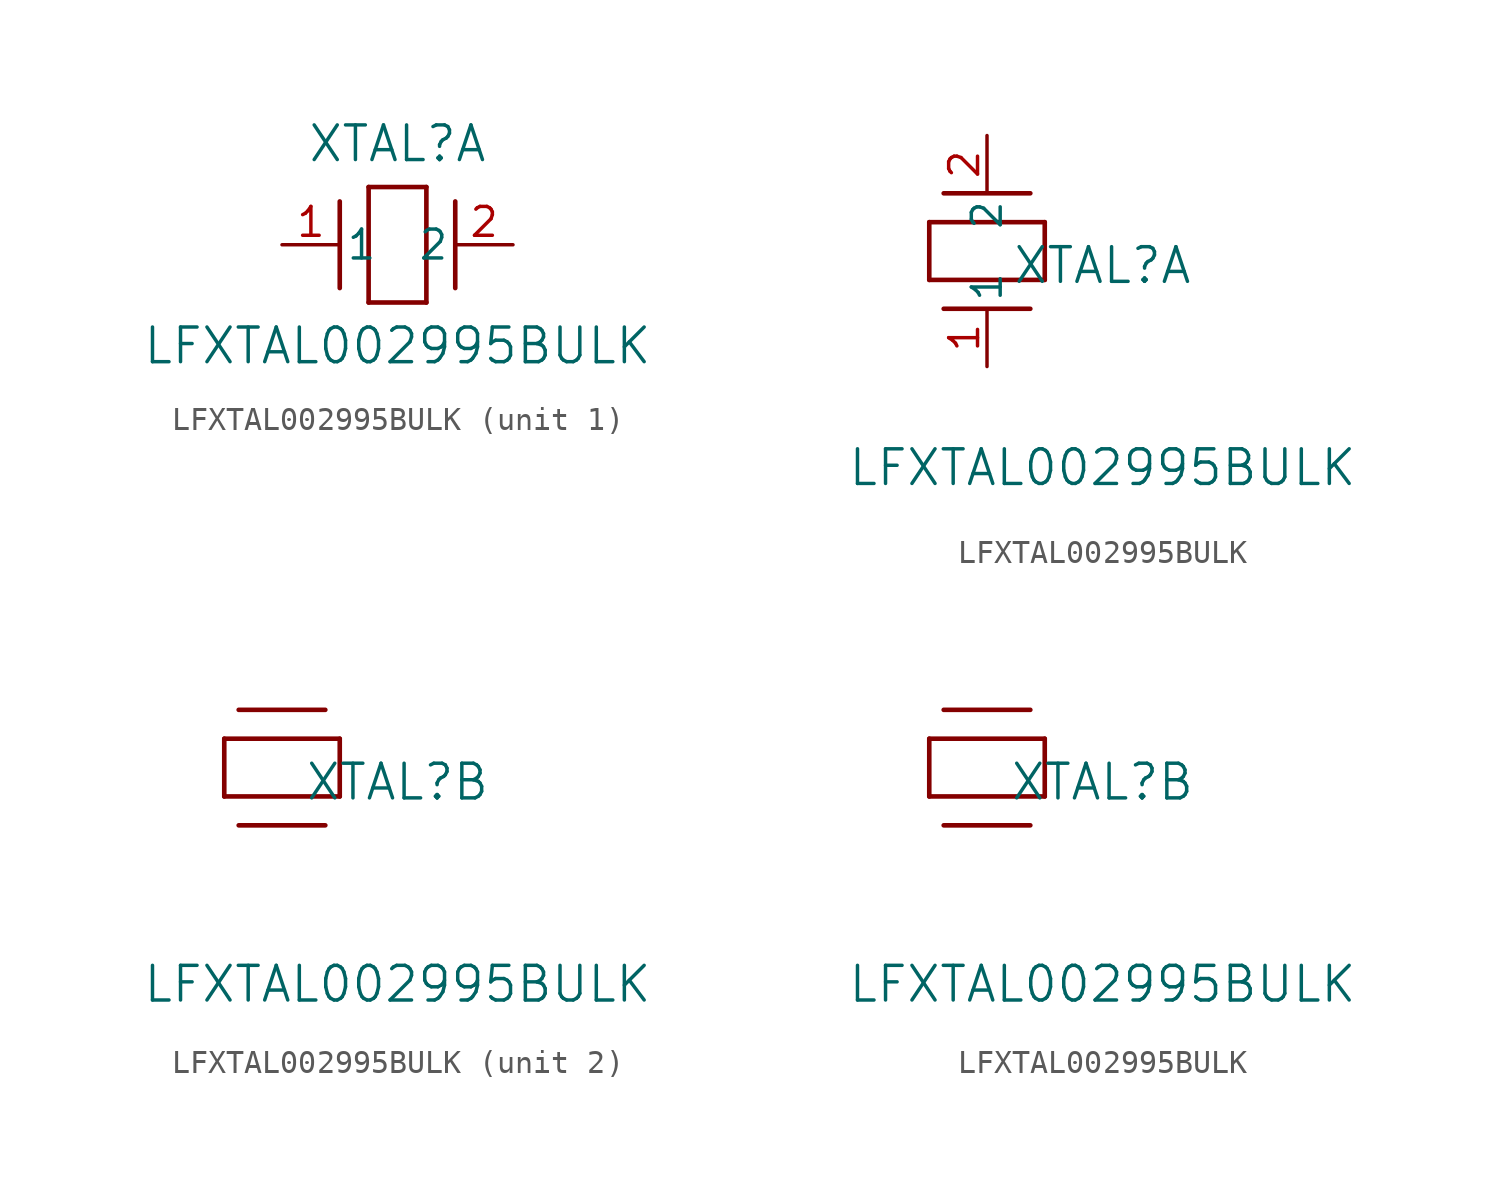
<source format=kicad_sym>
(kicad_symbol_lib
  (version 20211014)
  (generator kicad_symbol_editor)
  (symbol "LFXTAL002995BULK"
    (pin_names
      (offset 0.254))
    (property "Reference" "XTAL"
      (at 5.08 4.445 0)
      (effects (font (size 1.524 1.524))))
    (property "Value" "LFXTAL002995BULK"
      (at 5.08 -4.445 0)
      (effects (font (size 1.524 1.524))))
    (symbol "LFXTAL002995BULK_1_1"
      (polyline (pts (xy 2.54 -1.905) (xy 2.54 1.905)) (stroke (width 0.203) (type default) (color 0 0 0 0)) (fill (type none)))
      (polyline (pts (xy 6.35 2.54) (xy 6.35 -2.54)) (stroke (width 0.203) (type default) (color 0 0 0 0)) (fill (type none)))
      (polyline (pts (xy 7.62 -1.905) (xy 7.62 1.905)) (stroke (width 0.203) (type default) (color 0 0 0 0)) (fill (type none)))
      (polyline (pts (xy 6.35 -2.54) (xy 3.81 -2.54)) (stroke (width 0.203) (type default) (color 0 0 0 0)) (fill (type none)))
      (polyline (pts (xy 3.81 2.54) (xy 6.35 2.54)) (stroke (width 0.203) (type default) (color 0 0 0 0)) (fill (type none)))
      (polyline (pts (xy 3.81 -2.54) (xy 3.81 2.54)) (stroke (width 0.203) (type default) (color 0 0 0 0)) (fill (type none)))
      (pin unspecified line (at 0 0 0) (length 2.54) (name "1" (effects (font (size 1.27 1.27)))) (number "1" (effects (font (size 1.27 1.27)))))
      (pin unspecified line (at 10.16 0 180) (length 2.54) (name "2" (effects (font (size 1.27 1.27)))) (number "2" (effects (font (size 1.27 1.27))))))
    (symbol "LFXTAL002995BULK_1_2"
      (polyline (pts (xy 1.905 7.62) (xy -1.905 7.62)) (stroke (width 0.203) (type default) (color 0 0 0 0)) (fill (type none)))
      (polyline (pts (xy -2.54 3.81) (xy -2.54 6.35)) (stroke (width 0.203) (type default) (color 0 0 0 0)) (fill (type none)))
      (polyline (pts (xy 1.905 2.54) (xy -1.905 2.54)) (stroke (width 0.203) (type default) (color 0 0 0 0)) (fill (type none)))
      (polyline (pts (xy 2.54 6.35) (xy 2.54 3.81)) (stroke (width 0.203) (type default) (color 0 0 0 0)) (fill (type none)))
      (polyline (pts (xy -2.54 6.35) (xy 2.54 6.35)) (stroke (width 0.203) (type default) (color 0 0 0 0)) (fill (type none)))
      (polyline (pts (xy 2.54 3.81) (xy -2.54 3.81)) (stroke (width 0.203) (type default) (color 0 0 0 0)) (fill (type none)))
      (pin unspecified line (at 0 0 90) (length 2.54) (name "1" (effects (font (size 1.27 1.27)))) (number "1" (effects (font (size 1.27 1.27)))))
      (pin unspecified line (at 0 10.16 270) (length 2.54) (name "2" (effects (font (size 1.27 1.27)))) (number "2" (effects (font (size 1.27 1.27))))))
    (symbol "LFXTAL002995BULK_2_1"
      (polyline (pts (xy 1.905 7.62) (xy -1.905 7.62)) (stroke (width 0.203) (type default) (color 0 0 0 0)) (fill (type none)))
      (polyline (pts (xy -2.54 3.81) (xy -2.54 6.35)) (stroke (width 0.203) (type default) (color 0 0 0 0)) (fill (type none)))
      (polyline (pts (xy 1.905 2.54) (xy -1.905 2.54)) (stroke (width 0.203) (type default) (color 0 0 0 0)) (fill (type none)))
      (polyline (pts (xy 2.54 6.35) (xy 2.54 3.81)) (stroke (width 0.203) (type default) (color 0 0 0 0)) (fill (type none)))
      (polyline (pts (xy -2.54 6.35) (xy 2.54 6.35)) (stroke (width 0.203) (type default) (color 0 0 0 0)) (fill (type none)))
      (polyline (pts (xy 2.54 3.81) (xy -2.54 3.81)) (stroke (width 0.203) (type default) (color 0 0 0 0)) (fill (type none))))
    (symbol "LFXTAL002995BULK_2_2"
      (polyline (pts (xy 1.905 7.62) (xy -1.905 7.62)) (stroke (width 0.203) (type default) (color 0 0 0 0)) (fill (type none)))
      (polyline (pts (xy -2.54 3.81) (xy -2.54 6.35)) (stroke (width 0.203) (type default) (color 0 0 0 0)) (fill (type none)))
      (polyline (pts (xy 1.905 2.54) (xy -1.905 2.54)) (stroke (width 0.203) (type default) (color 0 0 0 0)) (fill (type none)))
      (polyline (pts (xy 2.54 6.35) (xy 2.54 3.81)) (stroke (width 0.203) (type default) (color 0 0 0 0)) (fill (type none)))
      (polyline (pts (xy -2.54 6.35) (xy 2.54 6.35)) (stroke (width 0.203) (type default) (color 0 0 0 0)) (fill (type none)))
      (polyline (pts (xy 2.54 3.81) (xy -2.54 3.81)) (stroke (width 0.203) (type default) (color 0 0 0 0)) (fill (type none))))))
</source>
